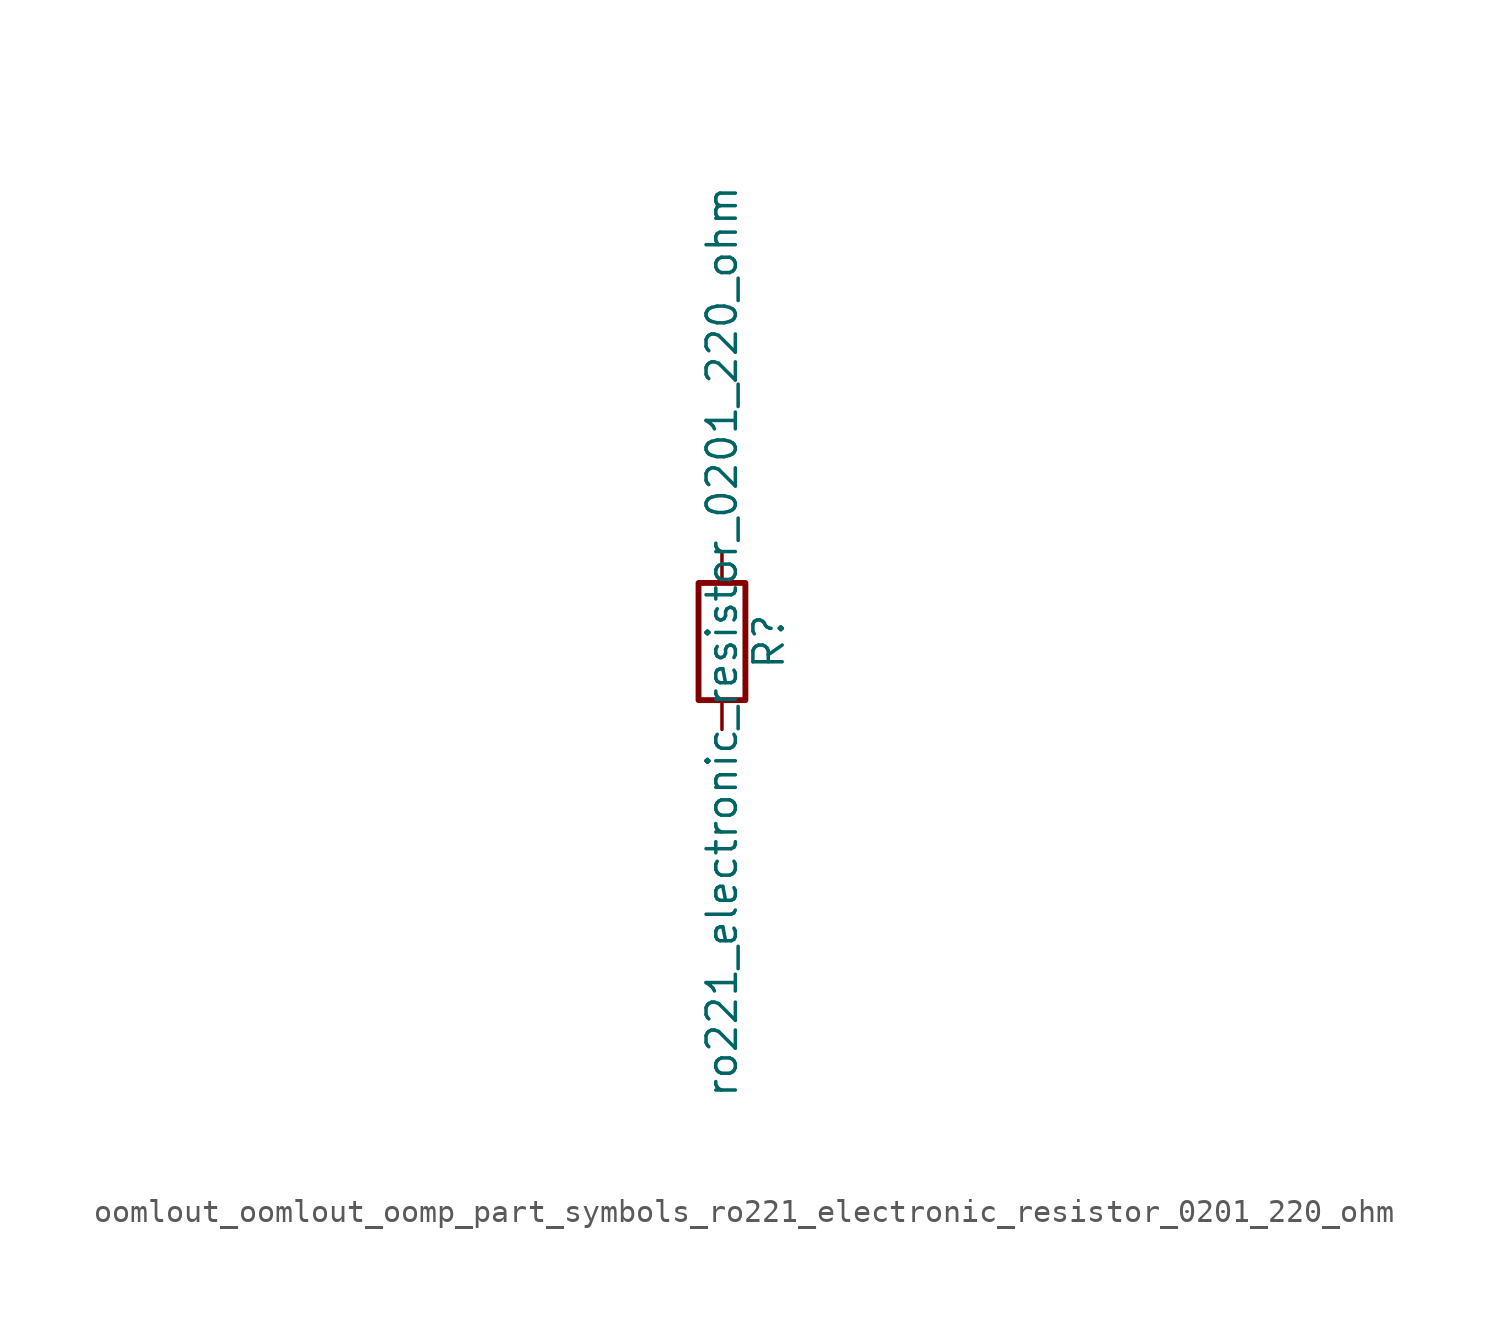
<source format=kicad_sym>
(kicad_symbol_lib
  (version 20220914)
  (generator kicad_symbol_editor)
  (symbol "oomlout_oomlout_oomp_part_symbols_ro221_electronic_resistor_0201_220_ohm"
    (pin_numbers hide)
    (pin_names
      (offset 0))
    (property "Reference" "R"
      (at 2.032 0 90)
      (effects (font (size 1.27 1.27))))
    (property "Value" "ro221_electronic_resistor_0201_220_ohm"
      (at 0 0 90)
      (effects (font (size 1.27 1.27))))
    (symbol "oomlout_oomlout_oomp_part_symbols_ro221_electronic_resistor_0201_220_ohm_0_1"
      (rectangle (start -1.016 -2.54) (end 1.016 2.54) (stroke (width 0.254) (type default)) (fill (type none))))
    (symbol "oomlout_oomlout_oomp_part_symbols_ro221_electronic_resistor_0201_220_ohm_1_1"
      (pin passive line (at 0 3.81 270) (length 1.27) (name "~" (effects (font (size 1.27 1.27)))) (number "1" (effects (font (size 1.27 1.27)))))
      (pin passive line (at 0 -3.81 90) (length 1.27) (name "~" (effects (font (size 1.27 1.27)))) (number "2" (effects (font (size 1.27 1.27))))))))
</source>
